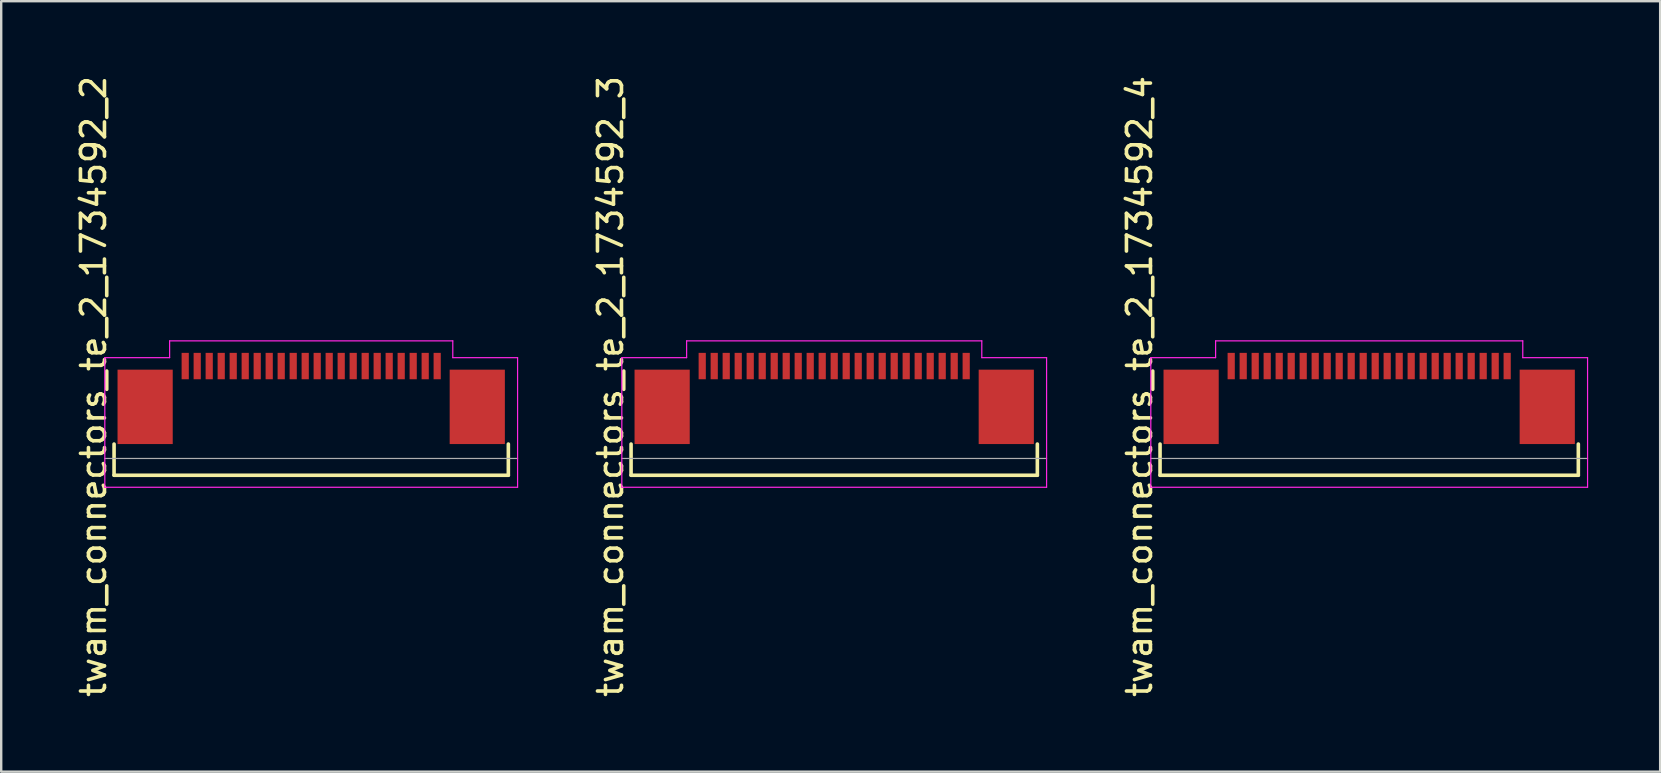
<source format=kicad_pcb>
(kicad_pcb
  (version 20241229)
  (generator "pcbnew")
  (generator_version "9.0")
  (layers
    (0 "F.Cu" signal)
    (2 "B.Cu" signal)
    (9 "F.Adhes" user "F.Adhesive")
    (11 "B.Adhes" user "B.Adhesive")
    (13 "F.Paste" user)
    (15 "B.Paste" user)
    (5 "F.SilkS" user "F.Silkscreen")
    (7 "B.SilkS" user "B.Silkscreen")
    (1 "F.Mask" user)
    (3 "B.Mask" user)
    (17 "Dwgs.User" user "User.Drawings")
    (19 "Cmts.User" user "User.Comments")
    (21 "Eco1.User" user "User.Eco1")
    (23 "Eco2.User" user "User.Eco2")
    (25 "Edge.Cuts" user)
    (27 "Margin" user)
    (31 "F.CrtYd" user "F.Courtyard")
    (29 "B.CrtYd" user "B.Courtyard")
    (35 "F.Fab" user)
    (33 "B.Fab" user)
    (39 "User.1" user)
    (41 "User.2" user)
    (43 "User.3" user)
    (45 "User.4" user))
  (footprint "twam_connectors_te_2_1734592_4"
    (layer "F.Cu")
    (at 54.005 13.054)
    (property "Reference" "twam_connectors_te_2_1734592_4" (at -9.57 0 270) (layer "F.SilkS") (effects (font (size 1 1) (thickness 0.15))))
    (attr smd)
    (fp_line (start -8.715 2.4) (end -8.715 3.7) (stroke (width 0.15) (type solid)) (layer "F.SilkS"))
    (fp_line (start -8.715 3.7) (end 8.715 3.7) (stroke (width 0.15) (type solid)) (layer "F.SilkS"))
    (fp_line (start 8.715 2.4) (end 8.715 3.7) (stroke (width 0.15) (type solid)) (layer "F.SilkS"))
    (fp_line (start -9.1 -1.2) (end -9.1 4.2) (stroke (width 0.05) (type solid)) (layer "F.CrtYd"))
    (fp_line (start -9.1 -1.2) (end -6.4 -1.2) (stroke (width 0.05) (type solid)) (layer "F.CrtYd"))
    (fp_line (start -9.1 4.2) (end 9.1 4.2) (stroke (width 0.05) (type solid)) (layer "F.CrtYd"))
    (fp_line (start -6.4 -1.9) (end -6.4 -1.2) (stroke (width 0.05) (type solid)) (layer "F.CrtYd"))
    (fp_line (start -6.4 -1.9) (end 6.4 -1.9) (stroke (width 0.05) (type solid)) (layer "F.CrtYd"))
    (fp_line (start 6.4 -1.9) (end 6.4 -1.2) (stroke (width 0.05) (type solid)) (layer "F.CrtYd"))
    (fp_line (start 6.4 -1.2) (end 9.1 -1.2) (stroke (width 0.05) (type solid)) (layer "F.CrtYd"))
    (fp_line (start 9.1 -1.2) (end 9.1 4.2) (stroke (width 0.05) (type solid)) (layer "F.CrtYd"))
    (fp_line (start -9.1 3) (end 9.1 3) (stroke (width 0.05) (type solid)) (layer "F.Fab"))
    (pad "1" smd rect (at -5.75 -0.85) (size 0.3 1.1) (layers "F.Cu" "F.Mask" "F.Paste"))
    (pad "2" smd rect (at -5.25 -0.85) (size 0.3 1.1) (layers "F.Cu" "F.Mask" "F.Paste"))
    (pad "3" smd rect (at -4.75 -0.85) (size 0.3 1.1) (layers "F.Cu" "F.Mask" "F.Paste"))
    (pad "4" smd rect (at -4.25 -0.85) (size 0.3 1.1) (layers "F.Cu" "F.Mask" "F.Paste"))
    (pad "5" smd rect (at -3.75 -0.85) (size 0.3 1.1) (layers "F.Cu" "F.Mask" "F.Paste"))
    (pad "6" smd rect (at -3.25 -0.85) (size 0.3 1.1) (layers "F.Cu" "F.Mask" "F.Paste"))
    (pad "7" smd rect (at -2.75 -0.85) (size 0.3 1.1) (layers "F.Cu" "F.Mask" "F.Paste"))
    (pad "8" smd rect (at -2.25 -0.85) (size 0.3 1.1) (layers "F.Cu" "F.Mask" "F.Paste"))
    (pad "9" smd rect (at -1.75 -0.85) (size 0.3 1.1) (layers "F.Cu" "F.Mask" "F.Paste"))
    (pad "10" smd rect (at -1.25 -0.85) (size 0.3 1.1) (layers "F.Cu" "F.Mask" "F.Paste"))
    (pad "11" smd rect (at -0.75 -0.85) (size 0.3 1.1) (layers "F.Cu" "F.Mask" "F.Paste"))
    (pad "12" smd rect (at -0.25 -0.85) (size 0.3 1.1) (layers "F.Cu" "F.Mask" "F.Paste"))
    (pad "13" smd rect (at 0.25 -0.85) (size 0.3 1.1) (layers "F.Cu" "F.Mask" "F.Paste"))
    (pad "14" smd rect (at 0.75 -0.85) (size 0.3 1.1) (layers "F.Cu" "F.Mask" "F.Paste"))
    (pad "15" smd rect (at 1.25 -0.85) (size 0.3 1.1) (layers "F.Cu" "F.Mask" "F.Paste"))
    (pad "16" smd rect (at 1.75 -0.85) (size 0.3 1.1) (layers "F.Cu" "F.Mask" "F.Paste"))
    (pad "17" smd rect (at 2.25 -0.85) (size 0.3 1.1) (layers "F.Cu" "F.Mask" "F.Paste"))
    (pad "18" smd rect (at 2.75 -0.85) (size 0.3 1.1) (layers "F.Cu" "F.Mask" "F.Paste"))
    (pad "19" smd rect (at 3.25 -0.85) (size 0.3 1.1) (layers "F.Cu" "F.Mask" "F.Paste"))
    (pad "20" smd rect (at 3.75 -0.85) (size 0.3 1.1) (layers "F.Cu" "F.Mask" "F.Paste"))
    (pad "21" smd rect (at 4.25 -0.85) (size 0.3 1.1) (layers "F.Cu" "F.Mask" "F.Paste"))
    (pad "22" smd rect (at 4.75 -0.85) (size 0.3 1.1) (layers "F.Cu" "F.Mask" "F.Paste"))
    (pad "23" smd rect (at 5.25 -0.85) (size 0.3 1.1) (layers "F.Cu" "F.Mask" "F.Paste"))
    (pad "24" smd rect (at 5.75 -0.85) (size 0.3 1.1) (layers "F.Cu" "F.Mask" "F.Paste"))
    (pad "F1" smd rect (at -7.42 0.85) (size 2.3 3.1) (layers "F.Cu" "F.Mask" "F.Paste"))
    (pad "F2" smd rect (at 7.42 0.85) (size 2.3 3.1) (layers "F.Cu" "F.Mask" "F.Paste")))
  (footprint "twam_connectors_te_2_1734592_2"
    (layer "F.Cu")
    (at 9.918 13.054)
    (property "Reference" "twam_connectors_te_2_1734592_2" (at -9.07 0 270) (layer "F.SilkS") (effects (font (size 1 1) (thickness 0.15))))
    (attr smd)
    (fp_line (start -8.215 2.4) (end -8.215 3.7) (stroke (width 0.15) (type solid)) (layer "F.SilkS"))
    (fp_line (start -8.215 3.7) (end 8.215 3.7) (stroke (width 0.15) (type solid)) (layer "F.SilkS"))
    (fp_line (start 8.215 2.4) (end 8.215 3.7) (stroke (width 0.15) (type solid)) (layer "F.SilkS"))
    (fp_line (start -8.6 -1.2) (end -8.6 4.2) (stroke (width 0.05) (type solid)) (layer "F.CrtYd"))
    (fp_line (start -8.6 -1.2) (end -5.9 -1.2) (stroke (width 0.05) (type solid)) (layer "F.CrtYd"))
    (fp_line (start -8.6 4.2) (end 8.6 4.2) (stroke (width 0.05) (type solid)) (layer "F.CrtYd"))
    (fp_line (start -5.9 -1.9) (end -5.9 -1.2) (stroke (width 0.05) (type solid)) (layer "F.CrtYd"))
    (fp_line (start -5.9 -1.9) (end 5.9 -1.9) (stroke (width 0.05) (type solid)) (layer "F.CrtYd"))
    (fp_line (start 5.9 -1.9) (end 5.9 -1.2) (stroke (width 0.05) (type solid)) (layer "F.CrtYd"))
    (fp_line (start 5.9 -1.2) (end 8.6 -1.2) (stroke (width 0.05) (type solid)) (layer "F.CrtYd"))
    (fp_line (start 8.6 -1.2) (end 8.6 4.2) (stroke (width 0.05) (type solid)) (layer "F.CrtYd"))
    (fp_line (start -8.6 3) (end 8.6 3) (stroke (width 0.05) (type solid)) (layer "F.Fab"))
    (pad "1" smd rect (at -5.25 -0.85) (size 0.3 1.1) (layers "F.Cu" "F.Mask" "F.Paste"))
    (pad "2" smd rect (at -4.75 -0.85) (size 0.3 1.1) (layers "F.Cu" "F.Mask" "F.Paste"))
    (pad "3" smd rect (at -4.25 -0.85) (size 0.3 1.1) (layers "F.Cu" "F.Mask" "F.Paste"))
    (pad "4" smd rect (at -3.75 -0.85) (size 0.3 1.1) (layers "F.Cu" "F.Mask" "F.Paste"))
    (pad "5" smd rect (at -3.25 -0.85) (size 0.3 1.1) (layers "F.Cu" "F.Mask" "F.Paste"))
    (pad "6" smd rect (at -2.75 -0.85) (size 0.3 1.1) (layers "F.Cu" "F.Mask" "F.Paste"))
    (pad "7" smd rect (at -2.25 -0.85) (size 0.3 1.1) (layers "F.Cu" "F.Mask" "F.Paste"))
    (pad "8" smd rect (at -1.75 -0.85) (size 0.3 1.1) (layers "F.Cu" "F.Mask" "F.Paste"))
    (pad "9" smd rect (at -1.25 -0.85) (size 0.3 1.1) (layers "F.Cu" "F.Mask" "F.Paste"))
    (pad "10" smd rect (at -0.75 -0.85) (size 0.3 1.1) (layers "F.Cu" "F.Mask" "F.Paste"))
    (pad "11" smd rect (at -0.25 -0.85) (size 0.3 1.1) (layers "F.Cu" "F.Mask" "F.Paste"))
    (pad "12" smd rect (at 0.25 -0.85) (size 0.3 1.1) (layers "F.Cu" "F.Mask" "F.Paste"))
    (pad "13" smd rect (at 0.75 -0.85) (size 0.3 1.1) (layers "F.Cu" "F.Mask" "F.Paste"))
    (pad "14" smd rect (at 1.25 -0.85) (size 0.3 1.1) (layers "F.Cu" "F.Mask" "F.Paste"))
    (pad "15" smd rect (at 1.75 -0.85) (size 0.3 1.1) (layers "F.Cu" "F.Mask" "F.Paste"))
    (pad "16" smd rect (at 2.25 -0.85) (size 0.3 1.1) (layers "F.Cu" "F.Mask" "F.Paste"))
    (pad "17" smd rect (at 2.75 -0.85) (size 0.3 1.1) (layers "F.Cu" "F.Mask" "F.Paste"))
    (pad "18" smd rect (at 3.25 -0.85) (size 0.3 1.1) (layers "F.Cu" "F.Mask" "F.Paste"))
    (pad "19" smd rect (at 3.75 -0.85) (size 0.3 1.1) (layers "F.Cu" "F.Mask" "F.Paste"))
    (pad "20" smd rect (at 4.25 -0.85) (size 0.3 1.1) (layers "F.Cu" "F.Mask" "F.Paste"))
    (pad "21" smd rect (at 4.75 -0.85) (size 0.3 1.1) (layers "F.Cu" "F.Mask" "F.Paste"))
    (pad "22" smd rect (at 5.25 -0.85) (size 0.3 1.1) (layers "F.Cu" "F.Mask" "F.Paste"))
    (pad "F1" smd rect (at -6.92 0.85) (size 2.3 3.1) (layers "F.Cu" "F.Mask" "F.Paste"))
    (pad "F2" smd rect (at 6.92 0.85) (size 2.3 3.1) (layers "F.Cu" "F.Mask" "F.Paste")))
  (footprint "twam_connectors_te_2_1734592_3"
    (layer "F.Cu")
    (at 31.712 13.054)
    (property "Reference" "twam_connectors_te_2_1734592_3" (at -9.32 0 270) (layer "F.SilkS") (effects (font (size 1 1) (thickness 0.15))))
    (attr smd)
    (fp_line (start -8.465 2.4) (end -8.465 3.7) (stroke (width 0.15) (type solid)) (layer "F.SilkS"))
    (fp_line (start -8.465 3.7) (end 8.465 3.7) (stroke (width 0.15) (type solid)) (layer "F.SilkS"))
    (fp_line (start 8.465 2.4) (end 8.465 3.7) (stroke (width 0.15) (type solid)) (layer "F.SilkS"))
    (fp_line (start -8.85 -1.2) (end -8.85 4.2) (stroke (width 0.05) (type solid)) (layer "F.CrtYd"))
    (fp_line (start -8.85 -1.2) (end -6.15 -1.2) (stroke (width 0.05) (type solid)) (layer "F.CrtYd"))
    (fp_line (start -8.85 4.2) (end 8.85 4.2) (stroke (width 0.05) (type solid)) (layer "F.CrtYd"))
    (fp_line (start -6.15 -1.9) (end -6.15 -1.2) (stroke (width 0.05) (type solid)) (layer "F.CrtYd"))
    (fp_line (start -6.15 -1.9) (end 6.15 -1.9) (stroke (width 0.05) (type solid)) (layer "F.CrtYd"))
    (fp_line (start 6.15 -1.9) (end 6.15 -1.2) (stroke (width 0.05) (type solid)) (layer "F.CrtYd"))
    (fp_line (start 6.15 -1.2) (end 8.85 -1.2) (stroke (width 0.05) (type solid)) (layer "F.CrtYd"))
    (fp_line (start 8.85 -1.2) (end 8.85 4.2) (stroke (width 0.05) (type solid)) (layer "F.CrtYd"))
    (fp_line (start -8.85 3) (end 8.85 3) (stroke (width 0.05) (type solid)) (layer "F.Fab"))
    (pad "1" smd rect (at -5.5 -0.85) (size 0.3 1.1) (layers "F.Cu" "F.Mask" "F.Paste"))
    (pad "2" smd rect (at -5 -0.85) (size 0.3 1.1) (layers "F.Cu" "F.Mask" "F.Paste"))
    (pad "3" smd rect (at -4.5 -0.85) (size 0.3 1.1) (layers "F.Cu" "F.Mask" "F.Paste"))
    (pad "4" smd rect (at -4 -0.85) (size 0.3 1.1) (layers "F.Cu" "F.Mask" "F.Paste"))
    (pad "5" smd rect (at -3.5 -0.85) (size 0.3 1.1) (layers "F.Cu" "F.Mask" "F.Paste"))
    (pad "6" smd rect (at -3 -0.85) (size 0.3 1.1) (layers "F.Cu" "F.Mask" "F.Paste"))
    (pad "7" smd rect (at -2.5 -0.85) (size 0.3 1.1) (layers "F.Cu" "F.Mask" "F.Paste"))
    (pad "8" smd rect (at -2 -0.85) (size 0.3 1.1) (layers "F.Cu" "F.Mask" "F.Paste"))
    (pad "9" smd rect (at -1.5 -0.85) (size 0.3 1.1) (layers "F.Cu" "F.Mask" "F.Paste"))
    (pad "10" smd rect (at -1 -0.85) (size 0.3 1.1) (layers "F.Cu" "F.Mask" "F.Paste"))
    (pad "11" smd rect (at -0.5 -0.85) (size 0.3 1.1) (layers "F.Cu" "F.Mask" "F.Paste"))
    (pad "12" smd rect (at 0 -0.85) (size 0.3 1.1) (layers "F.Cu" "F.Mask" "F.Paste"))
    (pad "13" smd rect (at 0.5 -0.85) (size 0.3 1.1) (layers "F.Cu" "F.Mask" "F.Paste"))
    (pad "14" smd rect (at 1 -0.85) (size 0.3 1.1) (layers "F.Cu" "F.Mask" "F.Paste"))
    (pad "15" smd rect (at 1.5 -0.85) (size 0.3 1.1) (layers "F.Cu" "F.Mask" "F.Paste"))
    (pad "16" smd rect (at 2 -0.85) (size 0.3 1.1) (layers "F.Cu" "F.Mask" "F.Paste"))
    (pad "17" smd rect (at 2.5 -0.85) (size 0.3 1.1) (layers "F.Cu" "F.Mask" "F.Paste"))
    (pad "18" smd rect (at 3 -0.85) (size 0.3 1.1) (layers "F.Cu" "F.Mask" "F.Paste"))
    (pad "19" smd rect (at 3.5 -0.85) (size 0.3 1.1) (layers "F.Cu" "F.Mask" "F.Paste"))
    (pad "20" smd rect (at 4 -0.85) (size 0.3 1.1) (layers "F.Cu" "F.Mask" "F.Paste"))
    (pad "21" smd rect (at 4.5 -0.85) (size 0.3 1.1) (layers "F.Cu" "F.Mask" "F.Paste"))
    (pad "22" smd rect (at 5 -0.85) (size 0.3 1.1) (layers "F.Cu" "F.Mask" "F.Paste"))
    (pad "23" smd rect (at 5.5 -0.85) (size 0.3 1.1) (layers "F.Cu" "F.Mask" "F.Paste"))
    (pad "F1" smd rect (at -7.17 0.85) (size 2.3 3.1) (layers "F.Cu" "F.Mask" "F.Paste"))
    (pad "F2" smd rect (at 7.17 0.85) (size 2.3 3.1) (layers "F.Cu" "F.Mask" "F.Paste")))
  (gr_rect
    (start -3 -3)
    (end 66.13 29.107)
    (stroke (width 0.1) (type default))
    (fill no)
    (layer "Edge.Cuts")))
</source>
